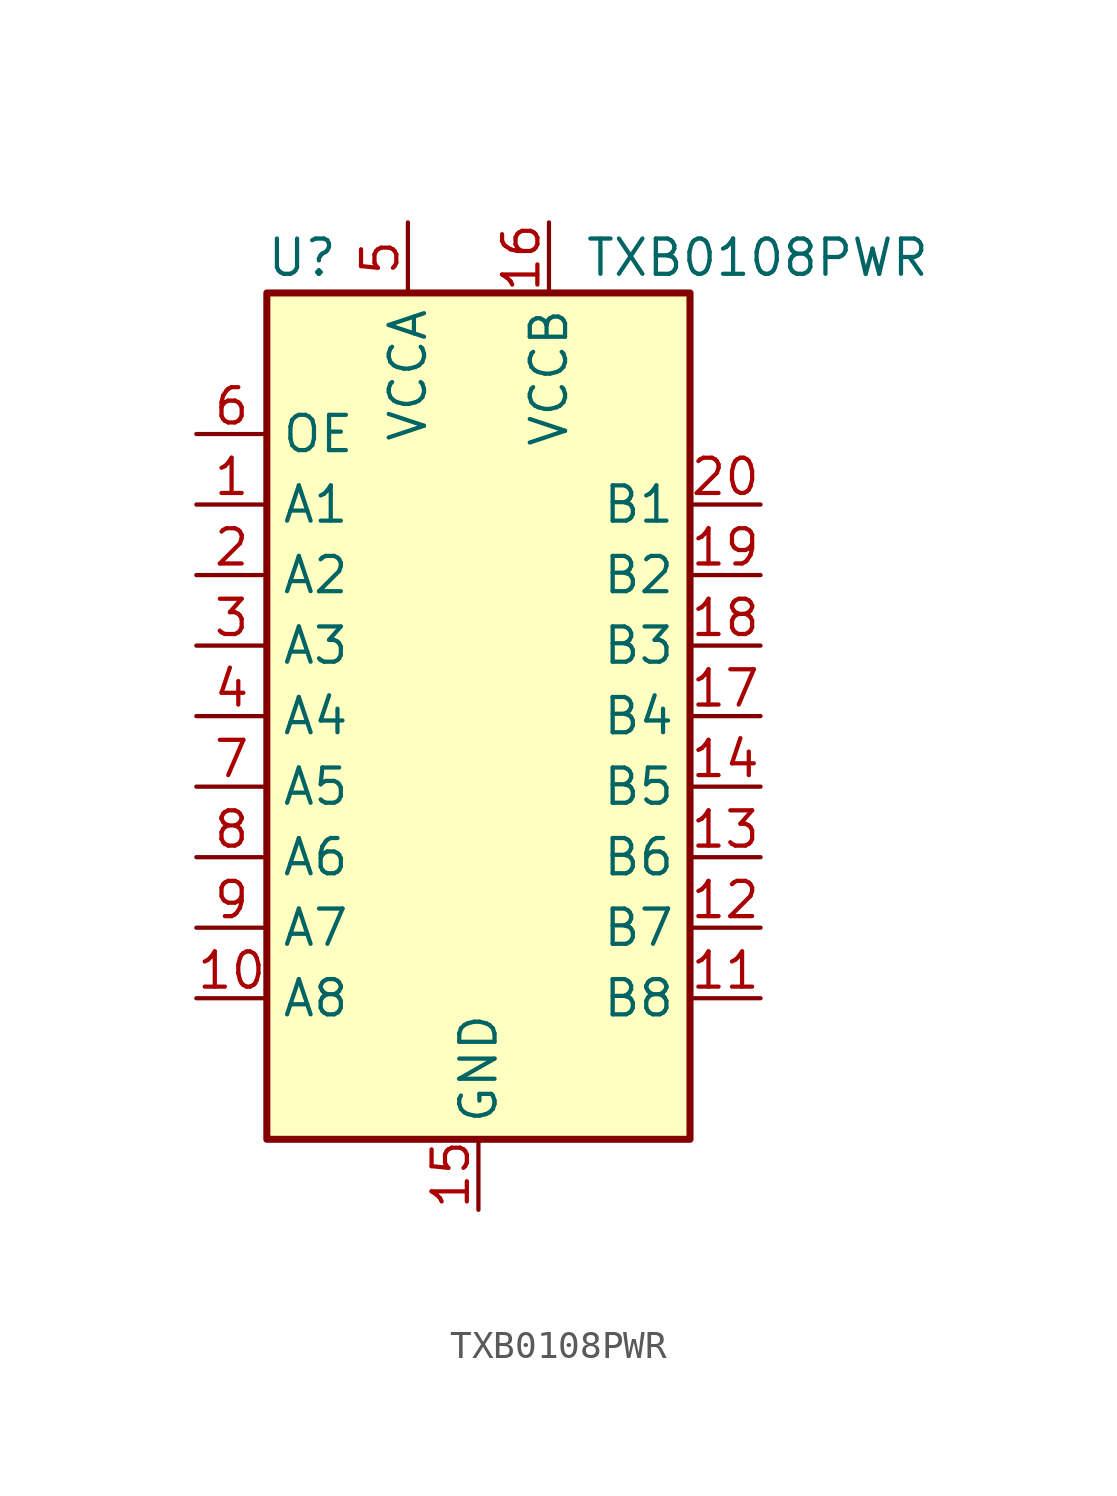
<source format=kicad_sym>
(kicad_symbol_lib
  (version 20201005)
  (generator kicad_symbol_editor)
  (symbol "TXB0108PWR"
    (property "Reference" "U"
      (at -6.35 16.51 0)
      (effects (font (size 1.27 1.27))))
    (property "Value" "TXB0108PWR"
      (at 3.81 16.51 0)
      (effects (font (size 1.27 1.27)) (justify left)))
    (symbol "TXB0108PWR_0_1"
      (rectangle (start -7.62 15.24) (end 7.62 -15.24) (stroke (width 0.254)) (fill (type background))))
    (symbol "TXB0108PWR_1_1"
      (pin bidirectional line (at -10.16 7.62 0) (length 2.54) (name "A1" (effects (font (size 1.27 1.27)))) (number "1" (effects (font (size 1.27 1.27)))))
      (pin bidirectional line (at -10.16 -10.16 0) (length 2.54) (name "A8" (effects (font (size 1.27 1.27)))) (number "10" (effects (font (size 1.27 1.27)))))
      (pin bidirectional line (at 10.16 -10.16 180) (length 2.54) (name "B8" (effects (font (size 1.27 1.27)))) (number "11" (effects (font (size 1.27 1.27)))))
      (pin bidirectional line (at 10.16 -7.62 180) (length 2.54) (name "B7" (effects (font (size 1.27 1.27)))) (number "12" (effects (font (size 1.27 1.27)))))
      (pin bidirectional line (at 10.16 -5.08 180) (length 2.54) (name "B6" (effects (font (size 1.27 1.27)))) (number "13" (effects (font (size 1.27 1.27)))))
      (pin bidirectional line (at 10.16 -2.54 180) (length 2.54) (name "B5" (effects (font (size 1.27 1.27)))) (number "14" (effects (font (size 1.27 1.27)))))
      (pin power_in line (at 0 -17.78 90) (length 2.54) (name "GND" (effects (font (size 1.27 1.27)))) (number "15" (effects (font (size 1.27 1.27)))))
      (pin power_in line (at 2.54 17.78 270) (length 2.54) (name "VCCB" (effects (font (size 1.27 1.27)))) (number "16" (effects (font (size 1.27 1.27)))))
      (pin bidirectional line (at 10.16 0 180) (length 2.54) (name "B4" (effects (font (size 1.27 1.27)))) (number "17" (effects (font (size 1.27 1.27)))))
      (pin bidirectional line (at 10.16 2.54 180) (length 2.54) (name "B3" (effects (font (size 1.27 1.27)))) (number "18" (effects (font (size 1.27 1.27)))))
      (pin bidirectional line (at 10.16 5.08 180) (length 2.54) (name "B2" (effects (font (size 1.27 1.27)))) (number "19" (effects (font (size 1.27 1.27)))))
      (pin bidirectional line (at -10.16 5.08 0) (length 2.54) (name "A2" (effects (font (size 1.27 1.27)))) (number "2" (effects (font (size 1.27 1.27)))))
      (pin bidirectional line (at 10.16 7.62 180) (length 2.54) (name "B1" (effects (font (size 1.27 1.27)))) (number "20" (effects (font (size 1.27 1.27)))))
      (pin bidirectional line (at -10.16 2.54 0) (length 2.54) (name "A3" (effects (font (size 1.27 1.27)))) (number "3" (effects (font (size 1.27 1.27)))))
      (pin bidirectional line (at -10.16 0 0) (length 2.54) (name "A4" (effects (font (size 1.27 1.27)))) (number "4" (effects (font (size 1.27 1.27)))))
      (pin power_in line (at -2.54 17.78 270) (length 2.54) (name "VCCA" (effects (font (size 1.27 1.27)))) (number "5" (effects (font (size 1.27 1.27)))))
      (pin input line (at -10.16 10.16 0) (length 2.54) (name "OE" (effects (font (size 1.27 1.27)))) (number "6" (effects (font (size 1.27 1.27)))))
      (pin bidirectional line (at -10.16 -2.54 0) (length 2.54) (name "A5" (effects (font (size 1.27 1.27)))) (number "7" (effects (font (size 1.27 1.27)))))
      (pin bidirectional line (at -10.16 -5.08 0) (length 2.54) (name "A6" (effects (font (size 1.27 1.27)))) (number "8" (effects (font (size 1.27 1.27)))))
      (pin bidirectional line (at -10.16 -7.62 0) (length 2.54) (name "A7" (effects (font (size 1.27 1.27)))) (number "9" (effects (font (size 1.27 1.27))))))))
</source>
